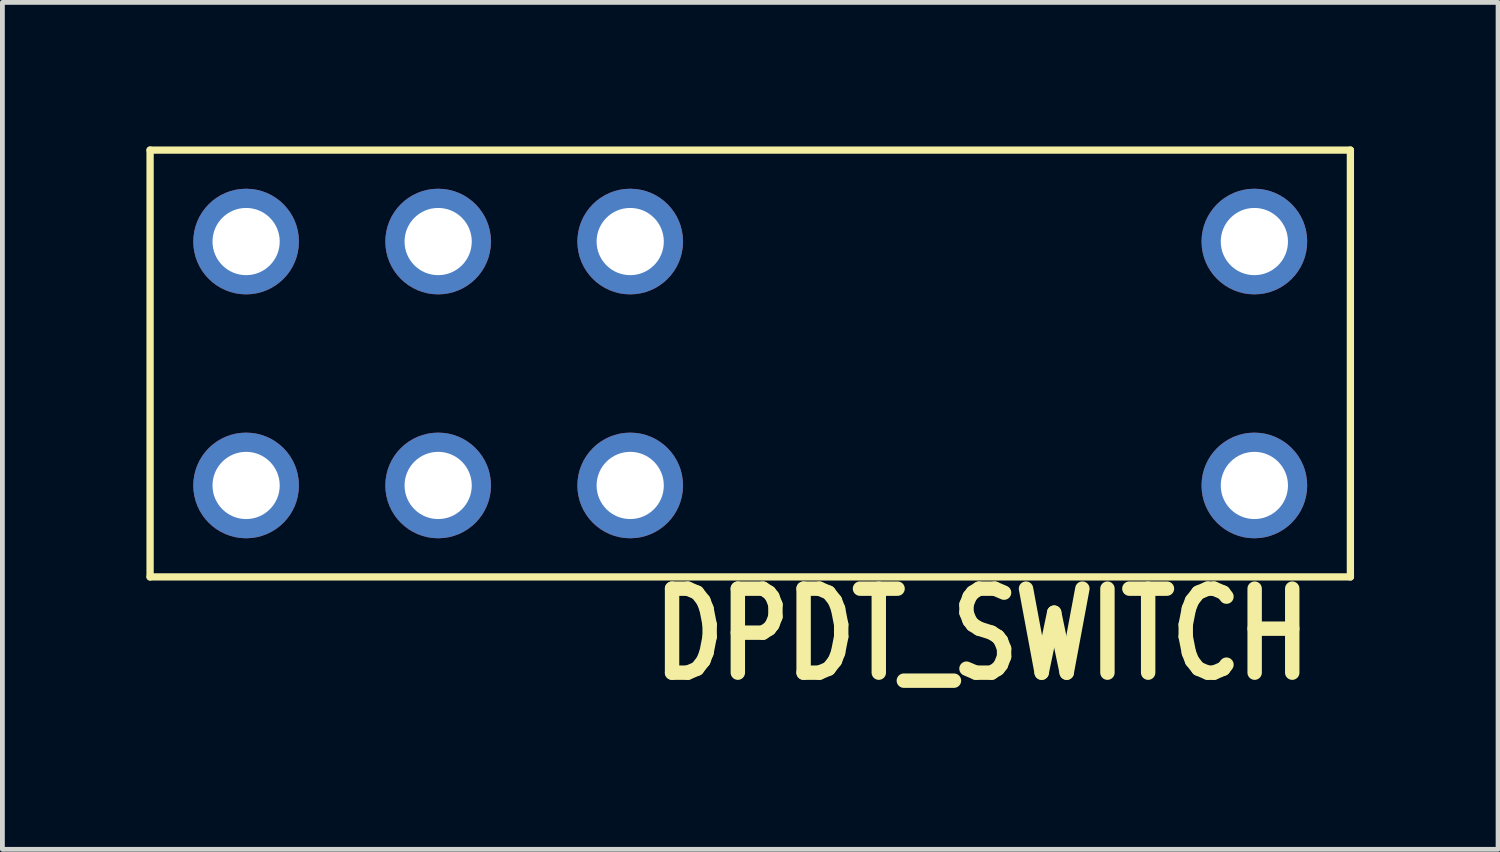
<source format=kicad_pcb>
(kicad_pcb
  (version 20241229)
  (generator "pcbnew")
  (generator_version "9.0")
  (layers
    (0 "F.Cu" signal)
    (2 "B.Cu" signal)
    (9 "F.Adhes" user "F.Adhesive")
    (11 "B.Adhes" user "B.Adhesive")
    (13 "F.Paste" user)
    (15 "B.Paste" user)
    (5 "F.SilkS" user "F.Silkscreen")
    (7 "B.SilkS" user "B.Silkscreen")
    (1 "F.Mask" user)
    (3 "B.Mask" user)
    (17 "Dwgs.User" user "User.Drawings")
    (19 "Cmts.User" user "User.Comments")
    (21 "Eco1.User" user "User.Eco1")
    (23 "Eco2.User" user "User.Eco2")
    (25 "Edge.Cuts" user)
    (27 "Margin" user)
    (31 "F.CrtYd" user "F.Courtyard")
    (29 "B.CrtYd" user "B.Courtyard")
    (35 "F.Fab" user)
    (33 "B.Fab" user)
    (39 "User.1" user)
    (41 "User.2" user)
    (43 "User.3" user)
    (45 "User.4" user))
  (footprint "DPDT_SWITCH"
    (layer "F.Cu")
    (at 6.076 4.521)
    (property "Reference" "DPDT_SWITCH" (at 4.348 6.669 0) (layer "F.SilkS") (effects (font (size 1.75 1.37) (thickness 0.3)) (justify left bottom)))
    (attr through_hole)
    (fp_line (start -6 -4.445) (end -6 4.445) (stroke (width 0.152) (type solid)) (layer "F.SilkS"))
    (fp_line (start -6 -4.445) (end 19 -4.445) (stroke (width 0.152) (type solid)) (layer "F.SilkS"))
    (fp_line (start 19 4.445) (end -6 4.445) (stroke (width 0.152) (type solid)) (layer "F.SilkS"))
    (fp_line (start 19 4.445) (end 19 -4.445) (stroke (width 0.152) (type solid)) (layer "F.SilkS"))
    (pad "1" thru_hole circle (at -4 -2.54 90) (size 2.2 2.2) (drill 1.4) (layers "*.Cu" "*.Mask"))
    (pad "2" thru_hole circle (at 0 -2.54 90) (size 2.2 2.2) (drill 1.4) (layers "*.Cu" "*.Mask"))
    (pad "3" thru_hole circle (at 4 -2.54 90) (size 2.2 2.2) (drill 1.4) (layers "*.Cu" "*.Mask"))
    (pad "4" thru_hole circle (at -4 2.54 90) (size 2.2 2.2) (drill 1.4) (layers "*.Cu" "*.Mask"))
    (pad "5" thru_hole circle (at 0 2.54 90) (size 2.2 2.2) (drill 1.4) (layers "*.Cu" "*.Mask"))
    (pad "6" thru_hole circle (at 4 2.54 90) (size 2.2 2.2) (drill 1.4) (layers "*.Cu" "*.Mask"))
    (pad "7" thru_hole circle (at 17 -2.54 90) (size 2.2 2.2) (drill 1.4) (layers "*.Cu" "*.Mask"))
    (pad "8" thru_hole circle (at 17 2.54 90) (size 2.2 2.2) (drill 1.4) (layers "*.Cu" "*.Mask")))
  (gr_rect
    (start -3 -3)
    (end 28.152 14.64)
    (stroke (width 0.1) (type default))
    (fill no)
    (layer "Edge.Cuts")))
</source>
